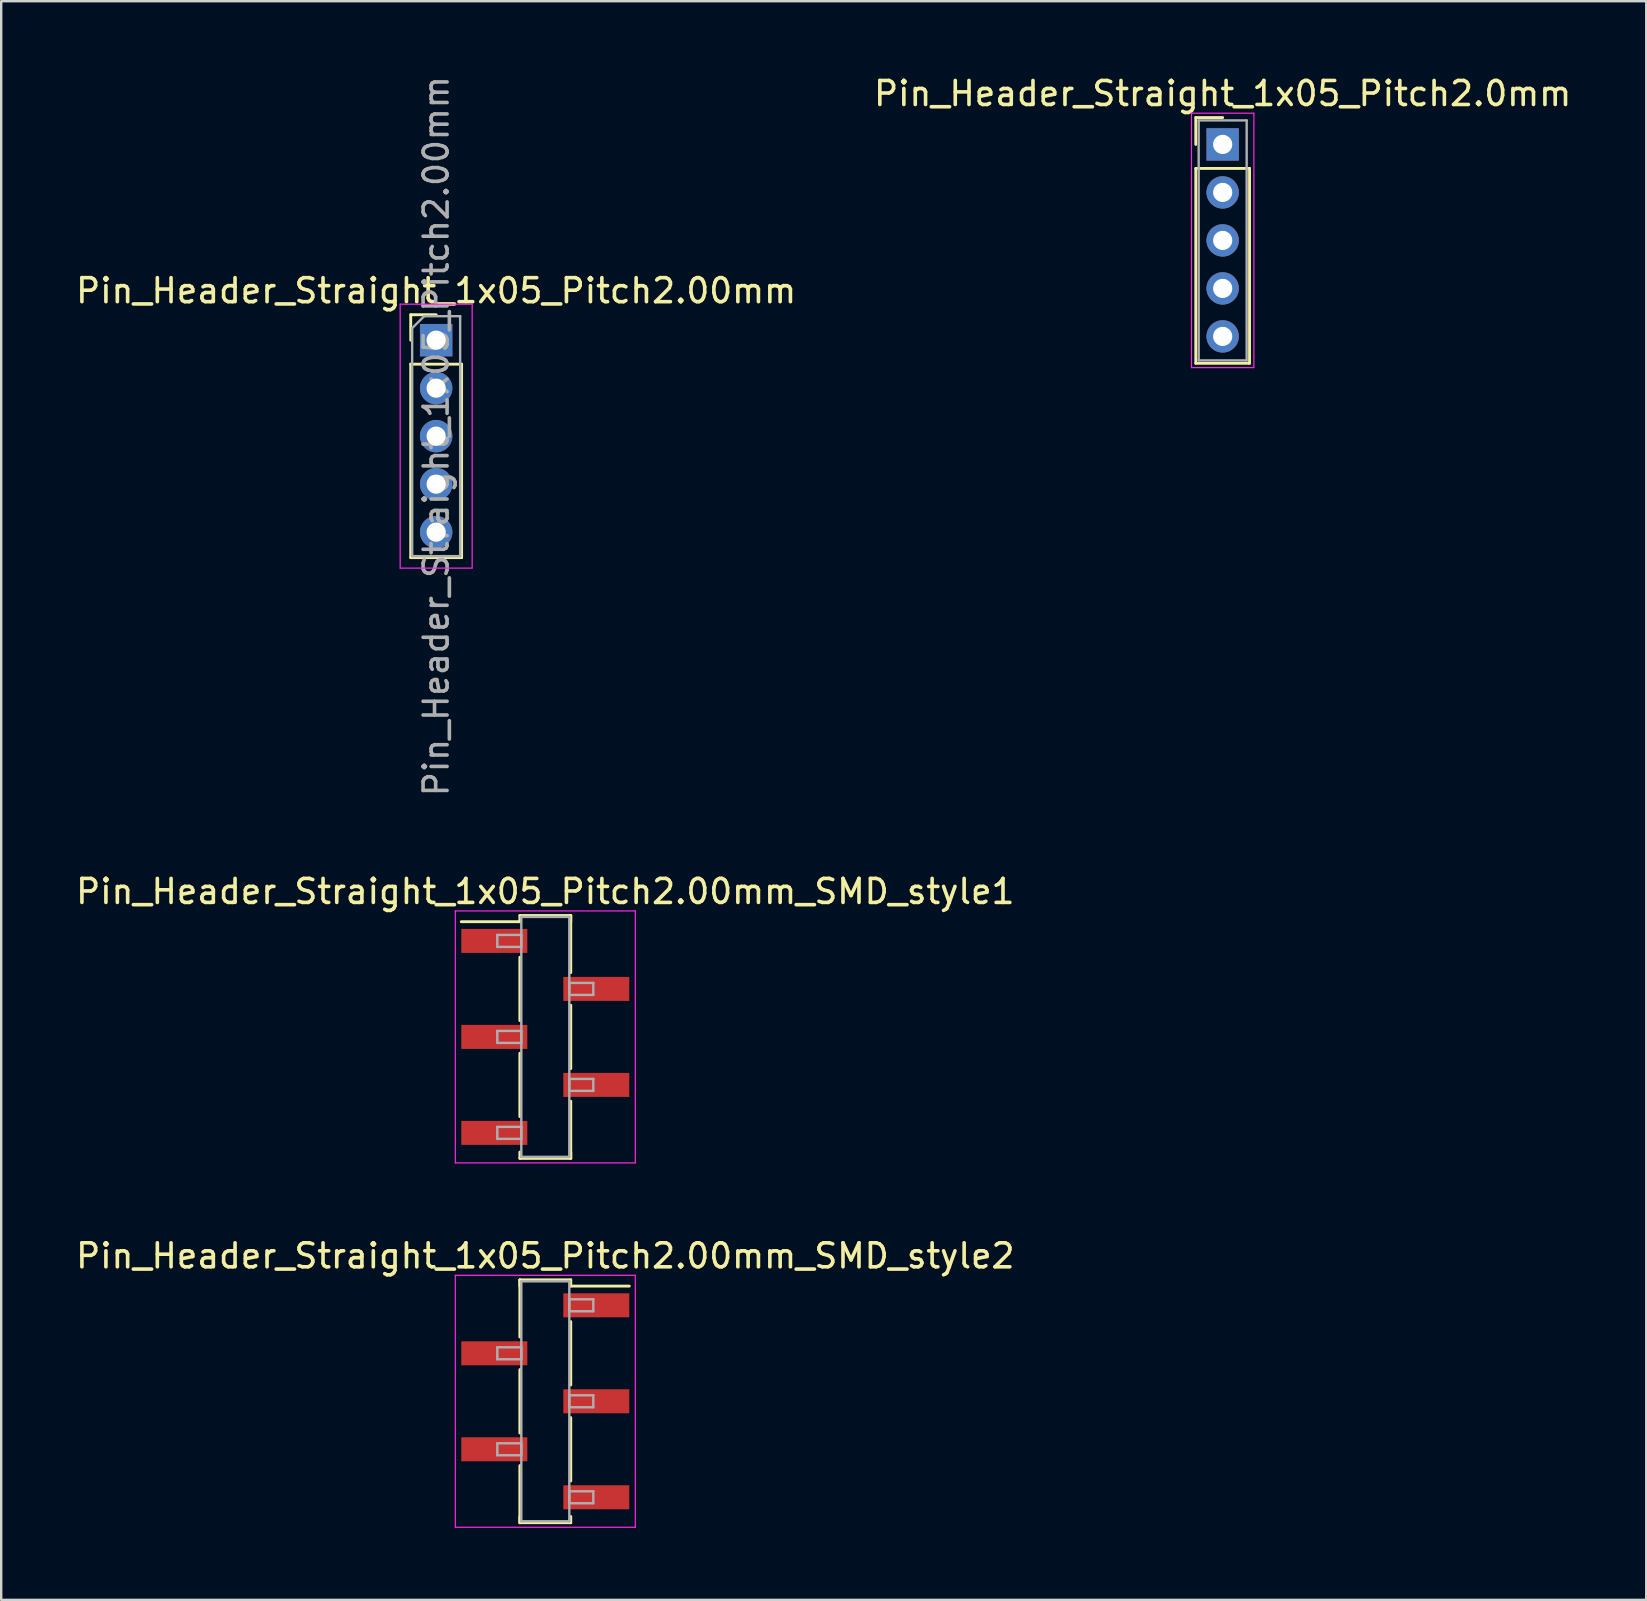
<source format=kicad_pcb>
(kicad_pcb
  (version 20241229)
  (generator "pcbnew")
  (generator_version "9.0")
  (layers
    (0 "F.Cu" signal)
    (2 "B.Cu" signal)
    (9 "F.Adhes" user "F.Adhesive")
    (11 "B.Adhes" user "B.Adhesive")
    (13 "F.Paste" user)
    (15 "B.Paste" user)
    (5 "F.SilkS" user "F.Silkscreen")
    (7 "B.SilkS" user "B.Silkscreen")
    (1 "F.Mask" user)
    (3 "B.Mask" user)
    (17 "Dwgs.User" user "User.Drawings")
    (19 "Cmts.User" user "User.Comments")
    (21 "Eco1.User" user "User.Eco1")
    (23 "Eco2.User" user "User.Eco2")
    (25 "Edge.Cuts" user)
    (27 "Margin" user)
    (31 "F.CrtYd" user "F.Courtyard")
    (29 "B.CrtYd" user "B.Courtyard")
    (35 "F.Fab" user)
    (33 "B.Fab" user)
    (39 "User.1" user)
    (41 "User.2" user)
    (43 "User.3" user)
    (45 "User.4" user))
  (footprint "Pin_Header_Straight_1x05_Pitch2.00mm_SMD_style2"
    (layer "F.Cu")
    (at 19.673 55.342)
    (property "Reference" "Pin_Header_Straight_1x05_Pitch2.00mm_SMD_style2" (at 0 -6.06 0) (layer "F.SilkS") (effects (font (size 1 1) (thickness 0.15))))
    (attr smd)
    (fp_line (start -1.06 -5.06) (end -1.06 -2.68) (stroke (width 0.12) (type solid)) (layer "F.SilkS"))
    (fp_line (start -1.06 -5.06) (end 1.06 -5.06) (stroke (width 0.12) (type solid)) (layer "F.SilkS"))
    (fp_line (start -1.06 -4.8) (end -1.06 -5.06) (stroke (width 0.12) (type solid)) (layer "F.SilkS"))
    (fp_line (start -1.06 -1.32) (end -1.06 1.32) (stroke (width 0.12) (type solid)) (layer "F.SilkS"))
    (fp_line (start -1.06 2.68) (end -1.06 5.06) (stroke (width 0.12) (type solid)) (layer "F.SilkS"))
    (fp_line (start -1.06 4.8) (end -1.06 5.06) (stroke (width 0.12) (type solid)) (layer "F.SilkS"))
    (fp_line (start -1.06 5.06) (end 1.06 5.06) (stroke (width 0.12) (type solid)) (layer "F.SilkS"))
    (fp_line (start 1.06 -5.06) (end 1.06 -4.8) (stroke (width 0.12) (type solid)) (layer "F.SilkS"))
    (fp_line (start 1.06 -4.8) (end 3.5 -4.8) (stroke (width 0.12) (type solid)) (layer "F.SilkS"))
    (fp_line (start 1.06 -3.32) (end 1.06 -0.68) (stroke (width 0.12) (type solid)) (layer "F.SilkS"))
    (fp_line (start 1.06 0.68) (end 1.06 3.32) (stroke (width 0.12) (type solid)) (layer "F.SilkS"))
    (fp_line (start 1.06 5.06) (end 1.06 4.8) (stroke (width 0.12) (type solid)) (layer "F.SilkS"))
    (fp_line (start -3.75 -5.25) (end -3.75 5.25) (stroke (width 0.05) (type solid)) (layer "F.CrtYd"))
    (fp_line (start -3.75 5.25) (end 3.75 5.25) (stroke (width 0.05) (type solid)) (layer "F.CrtYd"))
    (fp_line (start 3.75 -5.25) (end -3.75 -5.25) (stroke (width 0.05) (type solid)) (layer "F.CrtYd"))
    (fp_line (start 3.75 5.25) (end 3.75 -5.25) (stroke (width 0.05) (type solid)) (layer "F.CrtYd"))
    (fp_line (start -2 -2.25) (end -1 -2.25) (stroke (width 0.1) (type solid)) (layer "F.Fab"))
    (fp_line (start -2 -1.75) (end -2 -2.25) (stroke (width 0.1) (type solid)) (layer "F.Fab"))
    (fp_line (start -2 1.75) (end -1 1.75) (stroke (width 0.1) (type solid)) (layer "F.Fab"))
    (fp_line (start -2 2.25) (end -2 1.75) (stroke (width 0.1) (type solid)) (layer "F.Fab"))
    (fp_line (start -1 -5) (end -1 5) (stroke (width 0.1) (type solid)) (layer "F.Fab"))
    (fp_line (start -1 -2.25) (end -1 -1.75) (stroke (width 0.1) (type solid)) (layer "F.Fab"))
    (fp_line (start -1 -1.75) (end -2 -1.75) (stroke (width 0.1) (type solid)) (layer "F.Fab"))
    (fp_line (start -1 1.75) (end -1 2.25) (stroke (width 0.1) (type solid)) (layer "F.Fab"))
    (fp_line (start -1 2.25) (end -2 2.25) (stroke (width 0.1) (type solid)) (layer "F.Fab"))
    (fp_line (start -1 5) (end 1 5) (stroke (width 0.1) (type solid)) (layer "F.Fab"))
    (fp_line (start 1 -5) (end -1 -5) (stroke (width 0.1) (type solid)) (layer "F.Fab"))
    (fp_line (start 1 -4.25) (end 1 -3.75) (stroke (width 0.1) (type solid)) (layer "F.Fab"))
    (fp_line (start 1 -3.75) (end 2 -3.75) (stroke (width 0.1) (type solid)) (layer "F.Fab"))
    (fp_line (start 1 -0.25) (end 1 0.25) (stroke (width 0.1) (type solid)) (layer "F.Fab"))
    (fp_line (start 1 0.25) (end 2 0.25) (stroke (width 0.1) (type solid)) (layer "F.Fab"))
    (fp_line (start 1 3.75) (end 1 4.25) (stroke (width 0.1) (type solid)) (layer "F.Fab"))
    (fp_line (start 1 4.25) (end 2 4.25) (stroke (width 0.1) (type solid)) (layer "F.Fab"))
    (fp_line (start 1 5) (end 1 -5) (stroke (width 0.1) (type solid)) (layer "F.Fab"))
    (fp_line (start 2 -4.25) (end 1 -4.25) (stroke (width 0.1) (type solid)) (layer "F.Fab"))
    (fp_line (start 2 -3.75) (end 2 -4.25) (stroke (width 0.1) (type solid)) (layer "F.Fab"))
    (fp_line (start 2 -0.25) (end 1 -0.25) (stroke (width 0.1) (type solid)) (layer "F.Fab"))
    (fp_line (start 2 0.25) (end 2 -0.25) (stroke (width 0.1) (type solid)) (layer "F.Fab"))
    (fp_line (start 2 3.75) (end 1 3.75) (stroke (width 0.1) (type solid)) (layer "F.Fab"))
    (fp_line (start 2 4.25) (end 2 3.75) (stroke (width 0.1) (type solid)) (layer "F.Fab"))
    (pad "1" smd rect (at 2.125 -4) (size 2.75 1) (layers "F.Cu" "F.Mask"))
    (pad "2" smd rect (at -2.125 -2) (size 2.75 1) (layers "F.Cu" "F.Mask"))
    (pad "3" smd rect (at 2.125 0) (size 2.75 1) (layers "F.Cu" "F.Mask"))
    (pad "4" smd rect (at -2.125 2) (size 2.75 1) (layers "F.Cu" "F.Mask"))
    (pad "5" smd rect (at 2.125 4) (size 2.75 1) (layers "F.Cu" "F.Mask")))
  (footprint "Pin_Header_Straight_1x05_Pitch2.00mm_SMD_style1"
    (layer "F.Cu")
    (at 19.673 40.158)
    (property "Reference" "Pin_Header_Straight_1x05_Pitch2.00mm_SMD_style1" (at 0 -6.06 0) (layer "F.SilkS") (effects (font (size 1 1) (thickness 0.15))))
    (attr smd)
    (fp_line (start -1.06 -5.06) (end 1.06 -5.06) (stroke (width 0.12) (type solid)) (layer "F.SilkS"))
    (fp_line (start -1.06 -4.8) (end -3.5 -4.8) (stroke (width 0.12) (type solid)) (layer "F.SilkS"))
    (fp_line (start -1.06 -4.8) (end -1.06 -5.06) (stroke (width 0.12) (type solid)) (layer "F.SilkS"))
    (fp_line (start -1.06 -3.32) (end -1.06 -0.68) (stroke (width 0.12) (type solid)) (layer "F.SilkS"))
    (fp_line (start -1.06 0.68) (end -1.06 3.32) (stroke (width 0.12) (type solid)) (layer "F.SilkS"))
    (fp_line (start -1.06 4.8) (end -1.06 5.06) (stroke (width 0.12) (type solid)) (layer "F.SilkS"))
    (fp_line (start -1.06 5.06) (end 1.06 5.06) (stroke (width 0.12) (type solid)) (layer "F.SilkS"))
    (fp_line (start 1.06 -5.06) (end 1.06 -4.8) (stroke (width 0.12) (type solid)) (layer "F.SilkS"))
    (fp_line (start 1.06 -5.06) (end 1.06 -2.68) (stroke (width 0.12) (type solid)) (layer "F.SilkS"))
    (fp_line (start 1.06 -1.32) (end 1.06 1.32) (stroke (width 0.12) (type solid)) (layer "F.SilkS"))
    (fp_line (start 1.06 2.68) (end 1.06 5.06) (stroke (width 0.12) (type solid)) (layer "F.SilkS"))
    (fp_line (start 1.06 5.06) (end 1.06 4.8) (stroke (width 0.12) (type solid)) (layer "F.SilkS"))
    (fp_line (start -3.75 -5.25) (end -3.75 5.25) (stroke (width 0.05) (type solid)) (layer "F.CrtYd"))
    (fp_line (start -3.75 5.25) (end 3.75 5.25) (stroke (width 0.05) (type solid)) (layer "F.CrtYd"))
    (fp_line (start 3.75 -5.25) (end -3.75 -5.25) (stroke (width 0.05) (type solid)) (layer "F.CrtYd"))
    (fp_line (start 3.75 5.25) (end 3.75 -5.25) (stroke (width 0.05) (type solid)) (layer "F.CrtYd"))
    (fp_line (start -2 -4.25) (end -1 -4.25) (stroke (width 0.1) (type solid)) (layer "F.Fab"))
    (fp_line (start -2 -3.75) (end -2 -4.25) (stroke (width 0.1) (type solid)) (layer "F.Fab"))
    (fp_line (start -2 -0.25) (end -1 -0.25) (stroke (width 0.1) (type solid)) (layer "F.Fab"))
    (fp_line (start -2 0.25) (end -2 -0.25) (stroke (width 0.1) (type solid)) (layer "F.Fab"))
    (fp_line (start -2 3.75) (end -1 3.75) (stroke (width 0.1) (type solid)) (layer "F.Fab"))
    (fp_line (start -2 4.25) (end -2 3.75) (stroke (width 0.1) (type solid)) (layer "F.Fab"))
    (fp_line (start -1 -5) (end -1 5) (stroke (width 0.1) (type solid)) (layer "F.Fab"))
    (fp_line (start -1 -4.25) (end -1 -3.75) (stroke (width 0.1) (type solid)) (layer "F.Fab"))
    (fp_line (start -1 -3.75) (end -2 -3.75) (stroke (width 0.1) (type solid)) (layer "F.Fab"))
    (fp_line (start -1 -0.25) (end -1 0.25) (stroke (width 0.1) (type solid)) (layer "F.Fab"))
    (fp_line (start -1 0.25) (end -2 0.25) (stroke (width 0.1) (type solid)) (layer "F.Fab"))
    (fp_line (start -1 3.75) (end -1 4.25) (stroke (width 0.1) (type solid)) (layer "F.Fab"))
    (fp_line (start -1 4.25) (end -2 4.25) (stroke (width 0.1) (type solid)) (layer "F.Fab"))
    (fp_line (start -1 5) (end 1 5) (stroke (width 0.1) (type solid)) (layer "F.Fab"))
    (fp_line (start 1 -5) (end -1 -5) (stroke (width 0.1) (type solid)) (layer "F.Fab"))
    (fp_line (start 1 -2.25) (end 1 -1.75) (stroke (width 0.1) (type solid)) (layer "F.Fab"))
    (fp_line (start 1 -1.75) (end 2 -1.75) (stroke (width 0.1) (type solid)) (layer "F.Fab"))
    (fp_line (start 1 1.75) (end 1 2.25) (stroke (width 0.1) (type solid)) (layer "F.Fab"))
    (fp_line (start 1 2.25) (end 2 2.25) (stroke (width 0.1) (type solid)) (layer "F.Fab"))
    (fp_line (start 1 5) (end 1 -5) (stroke (width 0.1) (type solid)) (layer "F.Fab"))
    (fp_line (start 2 -2.25) (end 1 -2.25) (stroke (width 0.1) (type solid)) (layer "F.Fab"))
    (fp_line (start 2 -1.75) (end 2 -2.25) (stroke (width 0.1) (type solid)) (layer "F.Fab"))
    (fp_line (start 2 1.75) (end 1 1.75) (stroke (width 0.1) (type solid)) (layer "F.Fab"))
    (fp_line (start 2 2.25) (end 2 1.75) (stroke (width 0.1) (type solid)) (layer "F.Fab"))
    (pad "1" smd rect (at -2.125 -4) (size 2.75 1) (layers "F.Cu" "F.Mask"))
    (pad "2" smd rect (at 2.125 -2) (size 2.75 1) (layers "F.Cu" "F.Mask"))
    (pad "3" smd rect (at -2.125 0) (size 2.75 1) (layers "F.Cu" "F.Mask"))
    (pad "4" smd rect (at 2.125 2) (size 2.75 1) (layers "F.Cu" "F.Mask"))
    (pad "5" smd rect (at -2.125 4) (size 2.75 1) (layers "F.Cu" "F.Mask")))
  (footprint "Pin_Header_Straight_1x05_Pitch2.0mm"
    (layer "F.Cu")
    (at 47.899 2.968)
    (property "Reference" "Pin_Header_Straight_1x05_Pitch2.0mm" (at 0 -2.12 0) (layer "F.SilkS") (effects (font (size 1 1) (thickness 0.15))))
    (attr through_hole)
    (fp_line (start -1.12 -1.12) (end 0 -1.12) (stroke (width 0.12) (type solid)) (layer "F.SilkS"))
    (fp_line (start -1.12 0) (end -1.12 -1.12) (stroke (width 0.12) (type solid)) (layer "F.SilkS"))
    (fp_line (start -1.12 1) (end -1.12 9.12) (stroke (width 0.12) (type solid)) (layer "F.SilkS"))
    (fp_line (start -1.12 9.12) (end 1.12 9.12) (stroke (width 0.12) (type solid)) (layer "F.SilkS"))
    (fp_line (start 1.12 1) (end -1.12 1) (stroke (width 0.12) (type solid)) (layer "F.SilkS"))
    (fp_line (start 1.12 9.12) (end 1.12 1) (stroke (width 0.12) (type solid)) (layer "F.SilkS"))
    (fp_line (start -1.3 -1.3) (end -1.3 9.3) (stroke (width 0.05) (type solid)) (layer "F.CrtYd"))
    (fp_line (start -1.3 9.3) (end 1.3 9.3) (stroke (width 0.05) (type solid)) (layer "F.CrtYd"))
    (fp_line (start 1.3 -1.3) (end -1.3 -1.3) (stroke (width 0.05) (type solid)) (layer "F.CrtYd"))
    (fp_line (start 1.3 9.3) (end 1.3 -1.3) (stroke (width 0.05) (type solid)) (layer "F.CrtYd"))
    (fp_line (start -1 -1) (end -1 9) (stroke (width 0.1) (type solid)) (layer "F.Fab"))
    (fp_line (start -1 9) (end 1 9) (stroke (width 0.1) (type solid)) (layer "F.Fab"))
    (fp_line (start 1 -1) (end -1 -1) (stroke (width 0.1) (type solid)) (layer "F.Fab"))
    (fp_line (start 1 9) (end 1 -1) (stroke (width 0.1) (type solid)) (layer "F.Fab"))
    (pad "1" thru_hole rect (at 0 0) (size 1.35 1.35) (drill 0.8) (layers "*.Cu" "*.Mask"))
    (pad "2" thru_hole oval (at 0 2) (size 1.35 1.35) (drill 0.8) (layers "*.Cu" "*.Mask"))
    (pad "3" thru_hole oval (at 0 4) (size 1.35 1.35) (drill 0.8) (layers "*.Cu" "*.Mask"))
    (pad "4" thru_hole oval (at 0 6) (size 1.35 1.35) (drill 0.8) (layers "*.Cu" "*.Mask"))
    (pad "5" thru_hole oval (at 0 8) (size 1.35 1.35) (drill 0.8) (layers "*.Cu" "*.Mask")))
  (footprint "Pin_Header_Straight_1x05_Pitch2.00mm"
    (layer "F.Cu")
    (at 15.125 11.125)
    (property "Reference" "Pin_Header_Straight_1x05_Pitch2.00mm" (at 0 -2.06 0) (layer "F.SilkS") (effects (font (size 1 1) (thickness 0.15))))
    (attr through_hole)
    (fp_line (start -1.06 -1.06) (end 0 -1.06) (stroke (width 0.12) (type solid)) (layer "F.SilkS"))
    (fp_line (start -1.06 0) (end -1.06 -1.06) (stroke (width 0.12) (type solid)) (layer "F.SilkS"))
    (fp_line (start -1.06 1) (end -1.06 9.06) (stroke (width 0.12) (type solid)) (layer "F.SilkS"))
    (fp_line (start -1.06 9.06) (end 1.06 9.06) (stroke (width 0.12) (type solid)) (layer "F.SilkS"))
    (fp_line (start 1.06 1) (end -1.06 1) (stroke (width 0.12) (type solid)) (layer "F.SilkS"))
    (fp_line (start 1.06 9.06) (end 1.06 1) (stroke (width 0.12) (type solid)) (layer "F.SilkS"))
    (fp_line (start -1.5 -1.5) (end -1.5 9.5) (stroke (width 0.05) (type solid)) (layer "F.CrtYd"))
    (fp_line (start -1.5 9.5) (end 1.5 9.5) (stroke (width 0.05) (type solid)) (layer "F.CrtYd"))
    (fp_line (start 1.5 -1.5) (end -1.5 -1.5) (stroke (width 0.05) (type solid)) (layer "F.CrtYd"))
    (fp_line (start 1.5 9.5) (end 1.5 -1.5) (stroke (width 0.05) (type solid)) (layer "F.CrtYd"))
    (fp_line (start -1 -0.5) (end -0.5 -1) (stroke (width 0.1) (type solid)) (layer "F.Fab"))
    (fp_line (start -1 9) (end -1 -0.5) (stroke (width 0.1) (type solid)) (layer "F.Fab"))
    (fp_line (start -0.5 -1) (end 1 -1) (stroke (width 0.1) (type solid)) (layer "F.Fab"))
    (fp_line (start 1 -1) (end 1 9) (stroke (width 0.1) (type solid)) (layer "F.Fab"))
    (fp_line (start 1 9) (end -1 9) (stroke (width 0.1) (type solid)) (layer "F.Fab"))
    (fp_text user "${REFERENCE}" (at 0 4 90) (layer "F.Fab") (effects (font (size 1 1) (thickness 0.15))))
    (pad "1" thru_hole rect (at 0 0) (size 1.35 1.35) (drill 0.8) (layers "*.Cu" "*.Mask"))
    (pad "2" thru_hole oval (at 0 2) (size 1.35 1.35) (drill 0.8) (layers "*.Cu" "*.Mask"))
    (pad "3" thru_hole oval (at 0 4) (size 1.35 1.35) (drill 0.8) (layers "*.Cu" "*.Mask"))
    (pad "4" thru_hole oval (at 0 6) (size 1.35 1.35) (drill 0.8) (layers "*.Cu" "*.Mask"))
    (pad "5" thru_hole oval (at 0 8) (size 1.35 1.35) (drill 0.8) (layers "*.Cu" "*.Mask")))
  (gr_rect
    (start -3 -3)
    (end 65.548 63.617)
    (stroke (width 0.1) (type default))
    (fill no)
    (layer "Edge.Cuts")))
</source>
